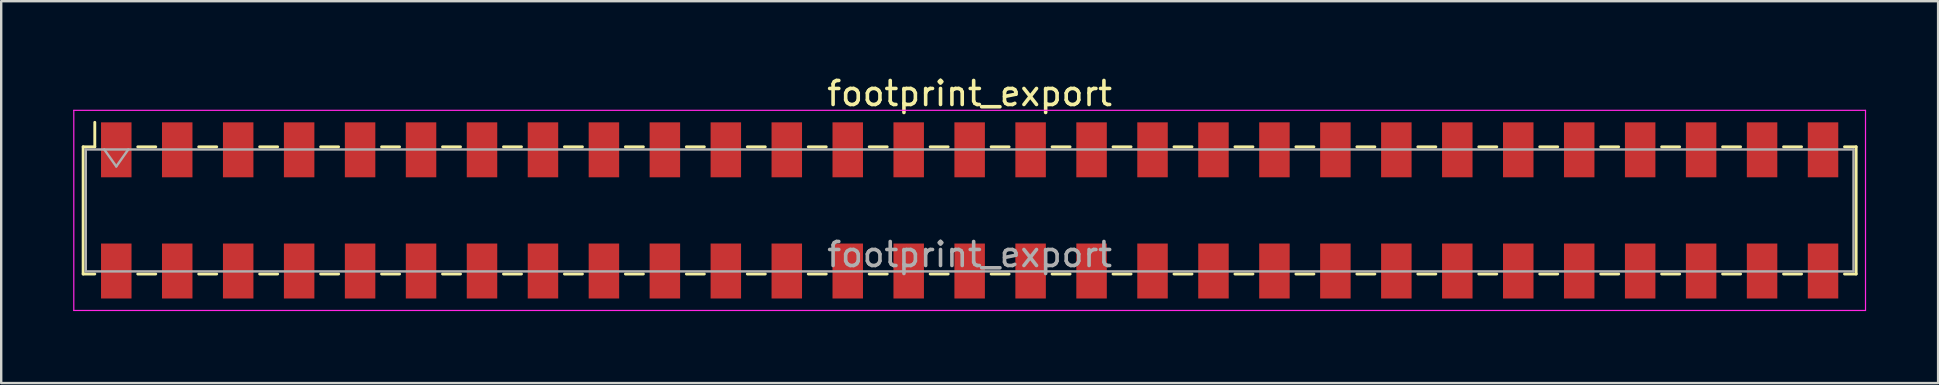
<source format=kicad_pcb>
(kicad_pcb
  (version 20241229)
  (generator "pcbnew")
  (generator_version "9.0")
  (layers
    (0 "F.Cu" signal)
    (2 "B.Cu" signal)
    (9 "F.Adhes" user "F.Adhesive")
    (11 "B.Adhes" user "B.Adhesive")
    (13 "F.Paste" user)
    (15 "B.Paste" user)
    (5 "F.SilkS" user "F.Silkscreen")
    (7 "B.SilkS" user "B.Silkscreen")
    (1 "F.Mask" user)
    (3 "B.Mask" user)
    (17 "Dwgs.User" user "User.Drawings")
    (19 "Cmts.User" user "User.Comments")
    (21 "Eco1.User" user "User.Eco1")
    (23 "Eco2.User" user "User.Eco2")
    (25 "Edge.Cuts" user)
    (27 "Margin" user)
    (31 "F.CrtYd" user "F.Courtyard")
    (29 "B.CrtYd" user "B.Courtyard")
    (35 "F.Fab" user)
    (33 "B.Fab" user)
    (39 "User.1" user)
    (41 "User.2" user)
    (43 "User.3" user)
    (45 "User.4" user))
  (footprint "footprint_export"
    (layer "F.Cu")
    (at 37.355 5.718)
    (property "Reference" "footprint_export" (at 0 -4.87 0) (layer "F.SilkS") (effects (font (size 1 1) (thickness 0.15))))
    (attr smd)
    (fp_line (start -36.94 -2.65) (end -36.94 2.65) (stroke (width 0.12) (type solid)) (layer "F.SilkS"))
    (fp_line (start -36.94 2.65) (end -36.455 2.65) (stroke (width 0.12) (type solid)) (layer "F.SilkS"))
    (fp_line (start -36.455 -3.67) (end -36.455 -2.65) (stroke (width 0.12) (type solid)) (layer "F.SilkS"))
    (fp_line (start -36.455 -2.65) (end -36.94 -2.65) (stroke (width 0.12) (type solid)) (layer "F.SilkS"))
    (fp_line (start -34.665 -2.65) (end -33.915 -2.65) (stroke (width 0.12) (type solid)) (layer "F.SilkS"))
    (fp_line (start -34.665 2.65) (end -33.915 2.65) (stroke (width 0.12) (type solid)) (layer "F.SilkS"))
    (fp_line (start -32.125 -2.65) (end -31.375 -2.65) (stroke (width 0.12) (type solid)) (layer "F.SilkS"))
    (fp_line (start -32.125 2.65) (end -31.375 2.65) (stroke (width 0.12) (type solid)) (layer "F.SilkS"))
    (fp_line (start -29.585 -2.65) (end -28.835 -2.65) (stroke (width 0.12) (type solid)) (layer "F.SilkS"))
    (fp_line (start -29.585 2.65) (end -28.835 2.65) (stroke (width 0.12) (type solid)) (layer "F.SilkS"))
    (fp_line (start -27.045 -2.65) (end -26.295 -2.65) (stroke (width 0.12) (type solid)) (layer "F.SilkS"))
    (fp_line (start -27.045 2.65) (end -26.295 2.65) (stroke (width 0.12) (type solid)) (layer "F.SilkS"))
    (fp_line (start -24.505 -2.65) (end -23.755 -2.65) (stroke (width 0.12) (type solid)) (layer "F.SilkS"))
    (fp_line (start -24.505 2.65) (end -23.755 2.65) (stroke (width 0.12) (type solid)) (layer "F.SilkS"))
    (fp_line (start -21.965 -2.65) (end -21.215 -2.65) (stroke (width 0.12) (type solid)) (layer "F.SilkS"))
    (fp_line (start -21.965 2.65) (end -21.215 2.65) (stroke (width 0.12) (type solid)) (layer "F.SilkS"))
    (fp_line (start -19.425 -2.65) (end -18.675 -2.65) (stroke (width 0.12) (type solid)) (layer "F.SilkS"))
    (fp_line (start -19.425 2.65) (end -18.675 2.65) (stroke (width 0.12) (type solid)) (layer "F.SilkS"))
    (fp_line (start -16.885 -2.65) (end -16.135 -2.65) (stroke (width 0.12) (type solid)) (layer "F.SilkS"))
    (fp_line (start -16.885 2.65) (end -16.135 2.65) (stroke (width 0.12) (type solid)) (layer "F.SilkS"))
    (fp_line (start -14.345 -2.65) (end -13.595 -2.65) (stroke (width 0.12) (type solid)) (layer "F.SilkS"))
    (fp_line (start -14.345 2.65) (end -13.595 2.65) (stroke (width 0.12) (type solid)) (layer "F.SilkS"))
    (fp_line (start -11.805 -2.65) (end -11.055 -2.65) (stroke (width 0.12) (type solid)) (layer "F.SilkS"))
    (fp_line (start -11.805 2.65) (end -11.055 2.65) (stroke (width 0.12) (type solid)) (layer "F.SilkS"))
    (fp_line (start -9.265 -2.65) (end -8.515 -2.65) (stroke (width 0.12) (type solid)) (layer "F.SilkS"))
    (fp_line (start -9.265 2.65) (end -8.515 2.65) (stroke (width 0.12) (type solid)) (layer "F.SilkS"))
    (fp_line (start -6.725 -2.65) (end -5.975 -2.65) (stroke (width 0.12) (type solid)) (layer "F.SilkS"))
    (fp_line (start -6.725 2.65) (end -5.975 2.65) (stroke (width 0.12) (type solid)) (layer "F.SilkS"))
    (fp_line (start -4.185 -2.65) (end -3.435 -2.65) (stroke (width 0.12) (type solid)) (layer "F.SilkS"))
    (fp_line (start -4.185 2.65) (end -3.435 2.65) (stroke (width 0.12) (type solid)) (layer "F.SilkS"))
    (fp_line (start -1.645 -2.65) (end -0.895 -2.65) (stroke (width 0.12) (type solid)) (layer "F.SilkS"))
    (fp_line (start -1.645 2.65) (end -0.895 2.65) (stroke (width 0.12) (type solid)) (layer "F.SilkS"))
    (fp_line (start 0.895 -2.65) (end 1.645 -2.65) (stroke (width 0.12) (type solid)) (layer "F.SilkS"))
    (fp_line (start 0.895 2.65) (end 1.645 2.65) (stroke (width 0.12) (type solid)) (layer "F.SilkS"))
    (fp_line (start 3.435 -2.65) (end 4.185 -2.65) (stroke (width 0.12) (type solid)) (layer "F.SilkS"))
    (fp_line (start 3.435 2.65) (end 4.185 2.65) (stroke (width 0.12) (type solid)) (layer "F.SilkS"))
    (fp_line (start 5.975 -2.65) (end 6.725 -2.65) (stroke (width 0.12) (type solid)) (layer "F.SilkS"))
    (fp_line (start 5.975 2.65) (end 6.725 2.65) (stroke (width 0.12) (type solid)) (layer "F.SilkS"))
    (fp_line (start 8.515 -2.65) (end 9.265 -2.65) (stroke (width 0.12) (type solid)) (layer "F.SilkS"))
    (fp_line (start 8.515 2.65) (end 9.265 2.65) (stroke (width 0.12) (type solid)) (layer "F.SilkS"))
    (fp_line (start 11.055 -2.65) (end 11.805 -2.65) (stroke (width 0.12) (type solid)) (layer "F.SilkS"))
    (fp_line (start 11.055 2.65) (end 11.805 2.65) (stroke (width 0.12) (type solid)) (layer "F.SilkS"))
    (fp_line (start 13.595 -2.65) (end 14.345 -2.65) (stroke (width 0.12) (type solid)) (layer "F.SilkS"))
    (fp_line (start 13.595 2.65) (end 14.345 2.65) (stroke (width 0.12) (type solid)) (layer "F.SilkS"))
    (fp_line (start 16.135 -2.65) (end 16.885 -2.65) (stroke (width 0.12) (type solid)) (layer "F.SilkS"))
    (fp_line (start 16.135 2.65) (end 16.885 2.65) (stroke (width 0.12) (type solid)) (layer "F.SilkS"))
    (fp_line (start 18.675 -2.65) (end 19.425 -2.65) (stroke (width 0.12) (type solid)) (layer "F.SilkS"))
    (fp_line (start 18.675 2.65) (end 19.425 2.65) (stroke (width 0.12) (type solid)) (layer "F.SilkS"))
    (fp_line (start 21.215 -2.65) (end 21.965 -2.65) (stroke (width 0.12) (type solid)) (layer "F.SilkS"))
    (fp_line (start 21.215 2.65) (end 21.965 2.65) (stroke (width 0.12) (type solid)) (layer "F.SilkS"))
    (fp_line (start 23.755 -2.65) (end 24.505 -2.65) (stroke (width 0.12) (type solid)) (layer "F.SilkS"))
    (fp_line (start 23.755 2.65) (end 24.505 2.65) (stroke (width 0.12) (type solid)) (layer "F.SilkS"))
    (fp_line (start 26.295 -2.65) (end 27.045 -2.65) (stroke (width 0.12) (type solid)) (layer "F.SilkS"))
    (fp_line (start 26.295 2.65) (end 27.045 2.65) (stroke (width 0.12) (type solid)) (layer "F.SilkS"))
    (fp_line (start 28.835 -2.65) (end 29.585 -2.65) (stroke (width 0.12) (type solid)) (layer "F.SilkS"))
    (fp_line (start 28.835 2.65) (end 29.585 2.65) (stroke (width 0.12) (type solid)) (layer "F.SilkS"))
    (fp_line (start 31.375 -2.65) (end 32.125 -2.65) (stroke (width 0.12) (type solid)) (layer "F.SilkS"))
    (fp_line (start 31.375 2.65) (end 32.125 2.65) (stroke (width 0.12) (type solid)) (layer "F.SilkS"))
    (fp_line (start 33.915 -2.65) (end 34.665 -2.65) (stroke (width 0.12) (type solid)) (layer "F.SilkS"))
    (fp_line (start 33.915 2.65) (end 34.665 2.65) (stroke (width 0.12) (type solid)) (layer "F.SilkS"))
    (fp_line (start 36.455 -2.65) (end 36.94 -2.65) (stroke (width 0.12) (type solid)) (layer "F.SilkS"))
    (fp_line (start 36.94 -2.65) (end 36.94 2.65) (stroke (width 0.12) (type solid)) (layer "F.SilkS"))
    (fp_line (start 36.94 2.65) (end 36.455 2.65) (stroke (width 0.12) (type solid)) (layer "F.SilkS"))
    (fp_line (start -37.33 -4.17) (end 37.33 -4.17) (stroke (width 0.05) (type solid)) (layer "F.CrtYd"))
    (fp_line (start -37.33 4.17) (end -37.33 -4.17) (stroke (width 0.05) (type solid)) (layer "F.CrtYd"))
    (fp_line (start 37.33 -4.17) (end 37.33 4.17) (stroke (width 0.05) (type solid)) (layer "F.CrtYd"))
    (fp_line (start 37.33 4.17) (end -37.33 4.17) (stroke (width 0.05) (type solid)) (layer "F.CrtYd"))
    (fp_line (start -36.83 -2.54) (end 36.83 -2.54) (stroke (width 0.1) (type solid)) (layer "F.Fab"))
    (fp_line (start -36.83 2.54) (end -36.83 -2.54) (stroke (width 0.1) (type solid)) (layer "F.Fab"))
    (fp_line (start -36.06 -2.54) (end -35.56 -1.833) (stroke (width 0.1) (type solid)) (layer "F.Fab"))
    (fp_line (start -35.56 -1.833) (end -35.06 -2.54) (stroke (width 0.1) (type solid)) (layer "F.Fab"))
    (fp_line (start 36.83 -2.54) (end 36.83 2.54) (stroke (width 0.1) (type solid)) (layer "F.Fab"))
    (fp_line (start 36.83 2.54) (end -36.83 2.54) (stroke (width 0.1) (type solid)) (layer "F.Fab"))
    (fp_text user "${REFERENCE}" (at 0 1.84 0) (layer "F.Fab") (effects (font (size 1 1) (thickness 0.15))))
    (pad "1" smd rect (at -35.56 -2.525) (size 1.27 2.29) (layers "F.Cu" "F.Mask" "F.Paste"))
    (pad "2" smd rect (at -35.56 2.525) (size 1.27 2.29) (layers "F.Cu" "F.Mask" "F.Paste"))
    (pad "3" smd rect (at -33.02 -2.525) (size 1.27 2.29) (layers "F.Cu" "F.Mask" "F.Paste"))
    (pad "4" smd rect (at -33.02 2.525) (size 1.27 2.29) (layers "F.Cu" "F.Mask" "F.Paste"))
    (pad "5" smd rect (at -30.48 -2.525) (size 1.27 2.29) (layers "F.Cu" "F.Mask" "F.Paste"))
    (pad "6" smd rect (at -30.48 2.525) (size 1.27 2.29) (layers "F.Cu" "F.Mask" "F.Paste"))
    (pad "7" smd rect (at -27.94 -2.525) (size 1.27 2.29) (layers "F.Cu" "F.Mask" "F.Paste"))
    (pad "8" smd rect (at -27.94 2.525) (size 1.27 2.29) (layers "F.Cu" "F.Mask" "F.Paste"))
    (pad "9" smd rect (at -25.4 -2.525) (size 1.27 2.29) (layers "F.Cu" "F.Mask" "F.Paste"))
    (pad "10" smd rect (at -25.4 2.525) (size 1.27 2.29) (layers "F.Cu" "F.Mask" "F.Paste"))
    (pad "11" smd rect (at -22.86 -2.525) (size 1.27 2.29) (layers "F.Cu" "F.Mask" "F.Paste"))
    (pad "12" smd rect (at -22.86 2.525) (size 1.27 2.29) (layers "F.Cu" "F.Mask" "F.Paste"))
    (pad "13" smd rect (at -20.32 -2.525) (size 1.27 2.29) (layers "F.Cu" "F.Mask" "F.Paste"))
    (pad "14" smd rect (at -20.32 2.525) (size 1.27 2.29) (layers "F.Cu" "F.Mask" "F.Paste"))
    (pad "15" smd rect (at -17.78 -2.525) (size 1.27 2.29) (layers "F.Cu" "F.Mask" "F.Paste"))
    (pad "16" smd rect (at -17.78 2.525) (size 1.27 2.29) (layers "F.Cu" "F.Mask" "F.Paste"))
    (pad "17" smd rect (at -15.24 -2.525) (size 1.27 2.29) (layers "F.Cu" "F.Mask" "F.Paste"))
    (pad "18" smd rect (at -15.24 2.525) (size 1.27 2.29) (layers "F.Cu" "F.Mask" "F.Paste"))
    (pad "19" smd rect (at -12.7 -2.525) (size 1.27 2.29) (layers "F.Cu" "F.Mask" "F.Paste"))
    (pad "20" smd rect (at -12.7 2.525) (size 1.27 2.29) (layers "F.Cu" "F.Mask" "F.Paste"))
    (pad "21" smd rect (at -10.16 -2.525) (size 1.27 2.29) (layers "F.Cu" "F.Mask" "F.Paste"))
    (pad "22" smd rect (at -10.16 2.525) (size 1.27 2.29) (layers "F.Cu" "F.Mask" "F.Paste"))
    (pad "23" smd rect (at -7.62 -2.525) (size 1.27 2.29) (layers "F.Cu" "F.Mask" "F.Paste"))
    (pad "24" smd rect (at -7.62 2.525) (size 1.27 2.29) (layers "F.Cu" "F.Mask" "F.Paste"))
    (pad "25" smd rect (at -5.08 -2.525) (size 1.27 2.29) (layers "F.Cu" "F.Mask" "F.Paste"))
    (pad "26" smd rect (at -5.08 2.525) (size 1.27 2.29) (layers "F.Cu" "F.Mask" "F.Paste"))
    (pad "27" smd rect (at -2.54 -2.525) (size 1.27 2.29) (layers "F.Cu" "F.Mask" "F.Paste"))
    (pad "28" smd rect (at -2.54 2.525) (size 1.27 2.29) (layers "F.Cu" "F.Mask" "F.Paste"))
    (pad "29" smd rect (at 0 -2.525) (size 1.27 2.29) (layers "F.Cu" "F.Mask" "F.Paste"))
    (pad "30" smd rect (at 0 2.525) (size 1.27 2.29) (layers "F.Cu" "F.Mask" "F.Paste"))
    (pad "31" smd rect (at 2.54 -2.525) (size 1.27 2.29) (layers "F.Cu" "F.Mask" "F.Paste"))
    (pad "32" smd rect (at 2.54 2.525) (size 1.27 2.29) (layers "F.Cu" "F.Mask" "F.Paste"))
    (pad "33" smd rect (at 5.08 -2.525) (size 1.27 2.29) (layers "F.Cu" "F.Mask" "F.Paste"))
    (pad "34" smd rect (at 5.08 2.525) (size 1.27 2.29) (layers "F.Cu" "F.Mask" "F.Paste"))
    (pad "35" smd rect (at 7.62 -2.525) (size 1.27 2.29) (layers "F.Cu" "F.Mask" "F.Paste"))
    (pad "36" smd rect (at 7.62 2.525) (size 1.27 2.29) (layers "F.Cu" "F.Mask" "F.Paste"))
    (pad "37" smd rect (at 10.16 -2.525) (size 1.27 2.29) (layers "F.Cu" "F.Mask" "F.Paste"))
    (pad "38" smd rect (at 10.16 2.525) (size 1.27 2.29) (layers "F.Cu" "F.Mask" "F.Paste"))
    (pad "39" smd rect (at 12.7 -2.525) (size 1.27 2.29) (layers "F.Cu" "F.Mask" "F.Paste"))
    (pad "40" smd rect (at 12.7 2.525) (size 1.27 2.29) (layers "F.Cu" "F.Mask" "F.Paste"))
    (pad "41" smd rect (at 15.24 -2.525) (size 1.27 2.29) (layers "F.Cu" "F.Mask" "F.Paste"))
    (pad "42" smd rect (at 15.24 2.525) (size 1.27 2.29) (layers "F.Cu" "F.Mask" "F.Paste"))
    (pad "43" smd rect (at 17.78 -2.525) (size 1.27 2.29) (layers "F.Cu" "F.Mask" "F.Paste"))
    (pad "44" smd rect (at 17.78 2.525) (size 1.27 2.29) (layers "F.Cu" "F.Mask" "F.Paste"))
    (pad "45" smd rect (at 20.32 -2.525) (size 1.27 2.29) (layers "F.Cu" "F.Mask" "F.Paste"))
    (pad "46" smd rect (at 20.32 2.525) (size 1.27 2.29) (layers "F.Cu" "F.Mask" "F.Paste"))
    (pad "47" smd rect (at 22.86 -2.525) (size 1.27 2.29) (layers "F.Cu" "F.Mask" "F.Paste"))
    (pad "48" smd rect (at 22.86 2.525) (size 1.27 2.29) (layers "F.Cu" "F.Mask" "F.Paste"))
    (pad "49" smd rect (at 25.4 -2.525) (size 1.27 2.29) (layers "F.Cu" "F.Mask" "F.Paste"))
    (pad "50" smd rect (at 25.4 2.525) (size 1.27 2.29) (layers "F.Cu" "F.Mask" "F.Paste"))
    (pad "51" smd rect (at 27.94 -2.525) (size 1.27 2.29) (layers "F.Cu" "F.Mask" "F.Paste"))
    (pad "52" smd rect (at 27.94 2.525) (size 1.27 2.29) (layers "F.Cu" "F.Mask" "F.Paste"))
    (pad "53" smd rect (at 30.48 -2.525) (size 1.27 2.29) (layers "F.Cu" "F.Mask" "F.Paste"))
    (pad "54" smd rect (at 30.48 2.525) (size 1.27 2.29) (layers "F.Cu" "F.Mask" "F.Paste"))
    (pad "55" smd rect (at 33.02 -2.525) (size 1.27 2.29) (layers "F.Cu" "F.Mask" "F.Paste"))
    (pad "56" smd rect (at 33.02 2.525) (size 1.27 2.29) (layers "F.Cu" "F.Mask" "F.Paste"))
    (pad "57" smd rect (at 35.56 -2.525) (size 1.27 2.29) (layers "F.Cu" "F.Mask" "F.Paste"))
    (pad "58" smd rect (at 35.56 2.525) (size 1.27 2.29) (layers "F.Cu" "F.Mask" "F.Paste")))
  (gr_rect
    (start -3 -3)
    (end 77.71 12.913)
    (stroke (width 0.1) (type default))
    (fill no)
    (layer "Edge.Cuts")))
</source>
